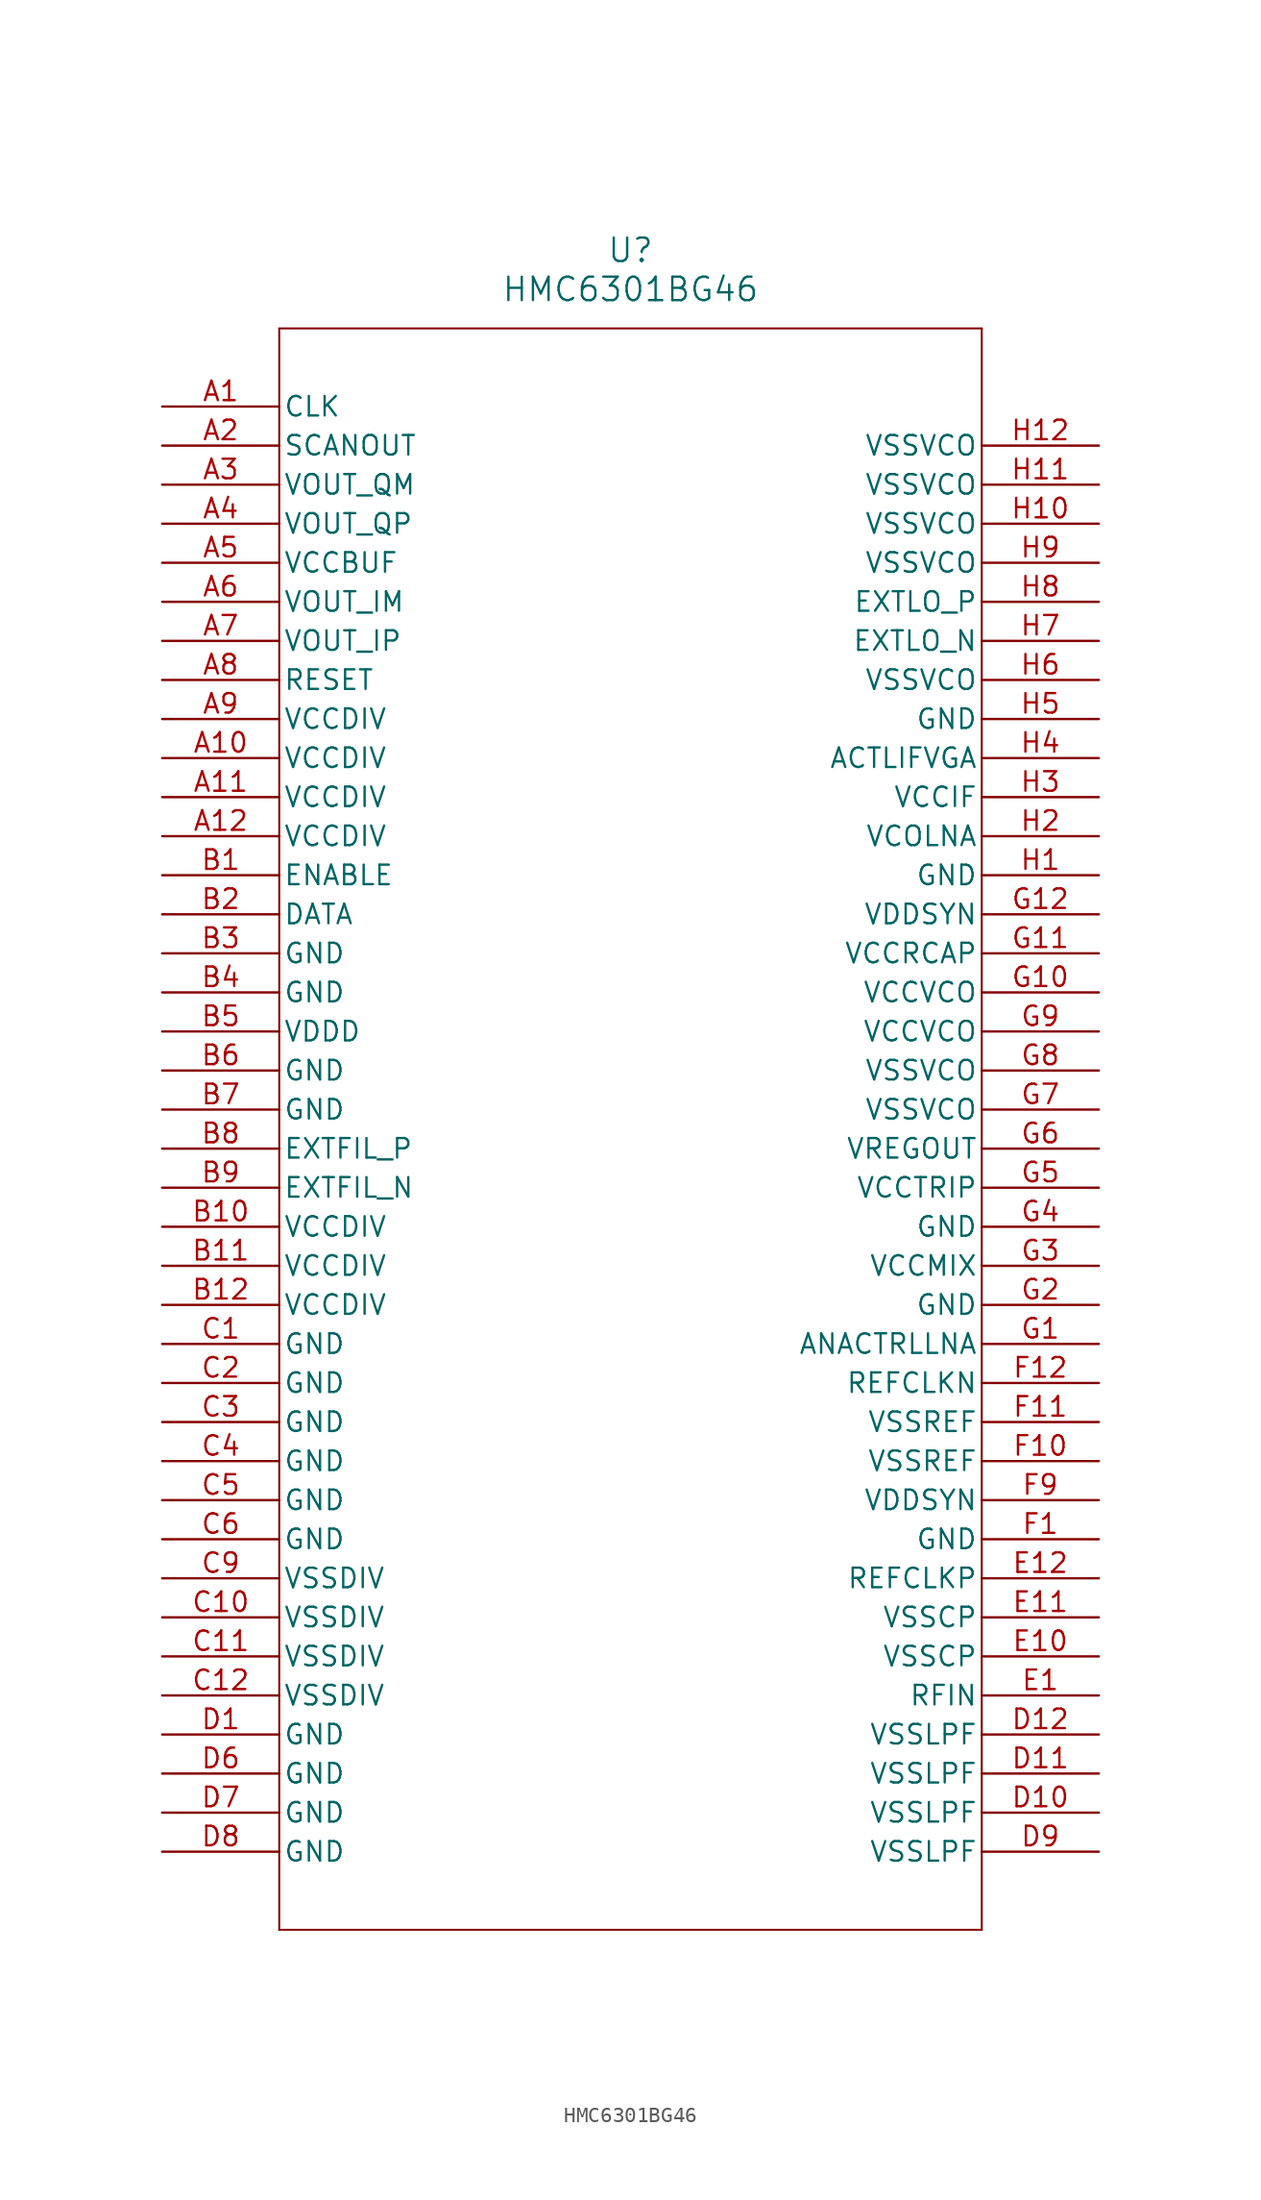
<source format=kicad_sym>
(kicad_symbol_lib
  (version 20211014)
  (generator kicad_symbol_editor)
  (symbol "HMC6301BG46"
    (pin_names
      (offset 0.254))
    (property "Reference" "U"
      (at 30.48 10.16 0)
      (effects (font (size 1.524 1.524))))
    (property "Value" "HMC6301BG46"
      (at 30.48 7.62 0)
      (effects (font (size 1.524 1.524))))
    (symbol "HMC6301BG46_0_1"
      (polyline (pts (xy 7.62 5.08) (xy 7.62 -99.06)) (stroke (width 0.127) (type default) (color 0 0 0 0)) (fill (type none)))
      (polyline (pts (xy 7.62 -99.06) (xy 53.34 -99.06)) (stroke (width 0.127) (type default) (color 0 0 0 0)) (fill (type none)))
      (polyline (pts (xy 53.34 -99.06) (xy 53.34 5.08)) (stroke (width 0.127) (type default) (color 0 0 0 0)) (fill (type none)))
      (polyline (pts (xy 53.34 5.08) (xy 7.62 5.08)) (stroke (width 0.127) (type default) (color 0 0 0 0)) (fill (type none)))
      (pin unspecified line (at 0 0 0) (length 7.62) (name "CLK" (effects (font (size 1.27 1.27)))) (number "A1" (effects (font (size 1.27 1.27)))))
      (pin unspecified line (at 0 -2.54 0) (length 7.62) (name "SCANOUT" (effects (font (size 1.27 1.27)))) (number "A2" (effects (font (size 1.27 1.27)))))
      (pin unspecified line (at 0 -5.08 0) (length 7.62) (name "VOUT_QM" (effects (font (size 1.27 1.27)))) (number "A3" (effects (font (size 1.27 1.27)))))
      (pin unspecified line (at 0 -7.62 0) (length 7.62) (name "VOUT_QP" (effects (font (size 1.27 1.27)))) (number "A4" (effects (font (size 1.27 1.27)))))
      (pin unspecified line (at 0 -10.16 0) (length 7.62) (name "VCCBUF" (effects (font (size 1.27 1.27)))) (number "A5" (effects (font (size 1.27 1.27)))))
      (pin unspecified line (at 0 -12.7 0) (length 7.62) (name "VOUT_IM" (effects (font (size 1.27 1.27)))) (number "A6" (effects (font (size 1.27 1.27)))))
      (pin unspecified line (at 0 -15.24 0) (length 7.62) (name "VOUT_IP" (effects (font (size 1.27 1.27)))) (number "A7" (effects (font (size 1.27 1.27)))))
      (pin unspecified line (at 0 -17.78 0) (length 7.62) (name "RESET" (effects (font (size 1.27 1.27)))) (number "A8" (effects (font (size 1.27 1.27)))))
      (pin unspecified line (at 0 -20.32 0) (length 7.62) (name "VCCDIV" (effects (font (size 1.27 1.27)))) (number "A9" (effects (font (size 1.27 1.27)))))
      (pin unspecified line (at 0 -22.86 0) (length 7.62) (name "VCCDIV" (effects (font (size 1.27 1.27)))) (number "A10" (effects (font (size 1.27 1.27)))))
      (pin unspecified line (at 0 -25.4 0) (length 7.62) (name "VCCDIV" (effects (font (size 1.27 1.27)))) (number "A11" (effects (font (size 1.27 1.27)))))
      (pin unspecified line (at 0 -27.94 0) (length 7.62) (name "VCCDIV" (effects (font (size 1.27 1.27)))) (number "A12" (effects (font (size 1.27 1.27)))))
      (pin unspecified line (at 0 -30.48 0) (length 7.62) (name "ENABLE" (effects (font (size 1.27 1.27)))) (number "B1" (effects (font (size 1.27 1.27)))))
      (pin unspecified line (at 0 -33.02 0) (length 7.62) (name "DATA" (effects (font (size 1.27 1.27)))) (number "B2" (effects (font (size 1.27 1.27)))))
      (pin unspecified line (at 0 -35.56 0) (length 7.62) (name "GND" (effects (font (size 1.27 1.27)))) (number "B3" (effects (font (size 1.27 1.27)))))
      (pin unspecified line (at 0 -38.1 0) (length 7.62) (name "GND" (effects (font (size 1.27 1.27)))) (number "B4" (effects (font (size 1.27 1.27)))))
      (pin unspecified line (at 0 -40.64 0) (length 7.62) (name "VDDD" (effects (font (size 1.27 1.27)))) (number "B5" (effects (font (size 1.27 1.27)))))
      (pin unspecified line (at 0 -43.18 0) (length 7.62) (name "GND" (effects (font (size 1.27 1.27)))) (number "B6" (effects (font (size 1.27 1.27)))))
      (pin unspecified line (at 0 -45.72 0) (length 7.62) (name "GND" (effects (font (size 1.27 1.27)))) (number "B7" (effects (font (size 1.27 1.27)))))
      (pin unspecified line (at 0 -48.26 0) (length 7.62) (name "EXTFIL_P" (effects (font (size 1.27 1.27)))) (number "B8" (effects (font (size 1.27 1.27)))))
      (pin unspecified line (at 0 -50.8 0) (length 7.62) (name "EXTFIL_N" (effects (font (size 1.27 1.27)))) (number "B9" (effects (font (size 1.27 1.27)))))
      (pin unspecified line (at 0 -53.34 0) (length 7.62) (name "VCCDIV" (effects (font (size 1.27 1.27)))) (number "B10" (effects (font (size 1.27 1.27)))))
      (pin unspecified line (at 0 -55.88 0) (length 7.62) (name "VCCDIV" (effects (font (size 1.27 1.27)))) (number "B11" (effects (font (size 1.27 1.27)))))
      (pin unspecified line (at 0 -58.42 0) (length 7.62) (name "VCCDIV" (effects (font (size 1.27 1.27)))) (number "B12" (effects (font (size 1.27 1.27)))))
      (pin unspecified line (at 0 -60.96 0) (length 7.62) (name "GND" (effects (font (size 1.27 1.27)))) (number "C1" (effects (font (size 1.27 1.27)))))
      (pin unspecified line (at 0 -63.5 0) (length 7.62) (name "GND" (effects (font (size 1.27 1.27)))) (number "C2" (effects (font (size 1.27 1.27)))))
      (pin unspecified line (at 0 -66.04 0) (length 7.62) (name "GND" (effects (font (size 1.27 1.27)))) (number "C3" (effects (font (size 1.27 1.27)))))
      (pin unspecified line (at 0 -68.58 0) (length 7.62) (name "GND" (effects (font (size 1.27 1.27)))) (number "C4" (effects (font (size 1.27 1.27)))))
      (pin unspecified line (at 0 -71.12 0) (length 7.62) (name "GND" (effects (font (size 1.27 1.27)))) (number "C5" (effects (font (size 1.27 1.27)))))
      (pin unspecified line (at 0 -73.66 0) (length 7.62) (name "GND" (effects (font (size 1.27 1.27)))) (number "C6" (effects (font (size 1.27 1.27)))))
      (pin unspecified line (at 0 -76.2 0) (length 7.62) (name "VSSDIV" (effects (font (size 1.27 1.27)))) (number "C9" (effects (font (size 1.27 1.27)))))
      (pin unspecified line (at 0 -78.74 0) (length 7.62) (name "VSSDIV" (effects (font (size 1.27 1.27)))) (number "C10" (effects (font (size 1.27 1.27)))))
      (pin unspecified line (at 0 -81.28 0) (length 7.62) (name "VSSDIV" (effects (font (size 1.27 1.27)))) (number "C11" (effects (font (size 1.27 1.27)))))
      (pin unspecified line (at 0 -83.82 0) (length 7.62) (name "VSSDIV" (effects (font (size 1.27 1.27)))) (number "C12" (effects (font (size 1.27 1.27)))))
      (pin unspecified line (at 0 -86.36 0) (length 7.62) (name "GND" (effects (font (size 1.27 1.27)))) (number "D1" (effects (font (size 1.27 1.27)))))
      (pin unspecified line (at 0 -88.9 0) (length 7.62) (name "GND" (effects (font (size 1.27 1.27)))) (number "D6" (effects (font (size 1.27 1.27)))))
      (pin unspecified line (at 0 -91.44 0) (length 7.62) (name "GND" (effects (font (size 1.27 1.27)))) (number "D7" (effects (font (size 1.27 1.27)))))
      (pin unspecified line (at 0 -93.98 0) (length 7.62) (name "GND" (effects (font (size 1.27 1.27)))) (number "D8" (effects (font (size 1.27 1.27)))))
      (pin unspecified line (at 60.96 -93.98 180) (length 7.62) (name "VSSLPF" (effects (font (size 1.27 1.27)))) (number "D9" (effects (font (size 1.27 1.27)))))
      (pin unspecified line (at 60.96 -91.44 180) (length 7.62) (name "VSSLPF" (effects (font (size 1.27 1.27)))) (number "D10" (effects (font (size 1.27 1.27)))))
      (pin unspecified line (at 60.96 -88.9 180) (length 7.62) (name "VSSLPF" (effects (font (size 1.27 1.27)))) (number "D11" (effects (font (size 1.27 1.27)))))
      (pin unspecified line (at 60.96 -86.36 180) (length 7.62) (name "VSSLPF" (effects (font (size 1.27 1.27)))) (number "D12" (effects (font (size 1.27 1.27)))))
      (pin unspecified line (at 60.96 -83.82 180) (length 7.62) (name "RFIN" (effects (font (size 1.27 1.27)))) (number "E1" (effects (font (size 1.27 1.27)))))
      (pin unspecified line (at 60.96 -81.28 180) (length 7.62) (name "VSSCP" (effects (font (size 1.27 1.27)))) (number "E10" (effects (font (size 1.27 1.27)))))
      (pin unspecified line (at 60.96 -78.74 180) (length 7.62) (name "VSSCP" (effects (font (size 1.27 1.27)))) (number "E11" (effects (font (size 1.27 1.27)))))
      (pin unspecified line (at 60.96 -76.2 180) (length 7.62) (name "REFCLKP" (effects (font (size 1.27 1.27)))) (number "E12" (effects (font (size 1.27 1.27)))))
      (pin unspecified line (at 60.96 -73.66 180) (length 7.62) (name "GND" (effects (font (size 1.27 1.27)))) (number "F1" (effects (font (size 1.27 1.27)))))
      (pin unspecified line (at 60.96 -71.12 180) (length 7.62) (name "VDDSYN" (effects (font (size 1.27 1.27)))) (number "F9" (effects (font (size 1.27 1.27)))))
      (pin unspecified line (at 60.96 -68.58 180) (length 7.62) (name "VSSREF" (effects (font (size 1.27 1.27)))) (number "F10" (effects (font (size 1.27 1.27)))))
      (pin unspecified line (at 60.96 -66.04 180) (length 7.62) (name "VSSREF" (effects (font (size 1.27 1.27)))) (number "F11" (effects (font (size 1.27 1.27)))))
      (pin unspecified line (at 60.96 -63.5 180) (length 7.62) (name "REFCLKN" (effects (font (size 1.27 1.27)))) (number "F12" (effects (font (size 1.27 1.27)))))
      (pin unspecified line (at 60.96 -60.96 180) (length 7.62) (name "ANACTRLLNA" (effects (font (size 1.27 1.27)))) (number "G1" (effects (font (size 1.27 1.27)))))
      (pin unspecified line (at 60.96 -58.42 180) (length 7.62) (name "GND" (effects (font (size 1.27 1.27)))) (number "G2" (effects (font (size 1.27 1.27)))))
      (pin unspecified line (at 60.96 -55.88 180) (length 7.62) (name "VCCMIX" (effects (font (size 1.27 1.27)))) (number "G3" (effects (font (size 1.27 1.27)))))
      (pin unspecified line (at 60.96 -53.34 180) (length 7.62) (name "GND" (effects (font (size 1.27 1.27)))) (number "G4" (effects (font (size 1.27 1.27)))))
      (pin unspecified line (at 60.96 -50.8 180) (length 7.62) (name "VCCTRIP" (effects (font (size 1.27 1.27)))) (number "G5" (effects (font (size 1.27 1.27)))))
      (pin unspecified line (at 60.96 -48.26 180) (length 7.62) (name "VREGOUT" (effects (font (size 1.27 1.27)))) (number "G6" (effects (font (size 1.27 1.27)))))
      (pin unspecified line (at 60.96 -45.72 180) (length 7.62) (name "VSSVCO" (effects (font (size 1.27 1.27)))) (number "G7" (effects (font (size 1.27 1.27)))))
      (pin unspecified line (at 60.96 -43.18 180) (length 7.62) (name "VSSVCO" (effects (font (size 1.27 1.27)))) (number "G8" (effects (font (size 1.27 1.27)))))
      (pin unspecified line (at 60.96 -40.64 180) (length 7.62) (name "VCCVCO" (effects (font (size 1.27 1.27)))) (number "G9" (effects (font (size 1.27 1.27)))))
      (pin unspecified line (at 60.96 -38.1 180) (length 7.62) (name "VCCVCO" (effects (font (size 1.27 1.27)))) (number "G10" (effects (font (size 1.27 1.27)))))
      (pin unspecified line (at 60.96 -35.56 180) (length 7.62) (name "VCCRCAP" (effects (font (size 1.27 1.27)))) (number "G11" (effects (font (size 1.27 1.27)))))
      (pin unspecified line (at 60.96 -33.02 180) (length 7.62) (name "VDDSYN" (effects (font (size 1.27 1.27)))) (number "G12" (effects (font (size 1.27 1.27)))))
      (pin unspecified line (at 60.96 -30.48 180) (length 7.62) (name "GND" (effects (font (size 1.27 1.27)))) (number "H1" (effects (font (size 1.27 1.27)))))
      (pin unspecified line (at 60.96 -27.94 180) (length 7.62) (name "VCOLNA" (effects (font (size 1.27 1.27)))) (number "H2" (effects (font (size 1.27 1.27)))))
      (pin unspecified line (at 60.96 -25.4 180) (length 7.62) (name "VCCIF" (effects (font (size 1.27 1.27)))) (number "H3" (effects (font (size 1.27 1.27)))))
      (pin unspecified line (at 60.96 -22.86 180) (length 7.62) (name "ACTLIFVGA" (effects (font (size 1.27 1.27)))) (number "H4" (effects (font (size 1.27 1.27)))))
      (pin unspecified line (at 60.96 -20.32 180) (length 7.62) (name "GND" (effects (font (size 1.27 1.27)))) (number "H5" (effects (font (size 1.27 1.27)))))
      (pin unspecified line (at 60.96 -17.78 180) (length 7.62) (name "VSSVCO" (effects (font (size 1.27 1.27)))) (number "H6" (effects (font (size 1.27 1.27)))))
      (pin unspecified line (at 60.96 -15.24 180) (length 7.62) (name "EXTLO_N" (effects (font (size 1.27 1.27)))) (number "H7" (effects (font (size 1.27 1.27)))))
      (pin unspecified line (at 60.96 -12.7 180) (length 7.62) (name "EXTLO_P" (effects (font (size 1.27 1.27)))) (number "H8" (effects (font (size 1.27 1.27)))))
      (pin unspecified line (at 60.96 -10.16 180) (length 7.62) (name "VSSVCO" (effects (font (size 1.27 1.27)))) (number "H9" (effects (font (size 1.27 1.27)))))
      (pin unspecified line (at 60.96 -7.62 180) (length 7.62) (name "VSSVCO" (effects (font (size 1.27 1.27)))) (number "H10" (effects (font (size 1.27 1.27)))))
      (pin unspecified line (at 60.96 -5.08 180) (length 7.62) (name "VSSVCO" (effects (font (size 1.27 1.27)))) (number "H11" (effects (font (size 1.27 1.27)))))
      (pin unspecified line (at 60.96 -2.54 180) (length 7.62) (name "VSSVCO" (effects (font (size 1.27 1.27)))) (number "H12" (effects (font (size 1.27 1.27))))))))
</source>
